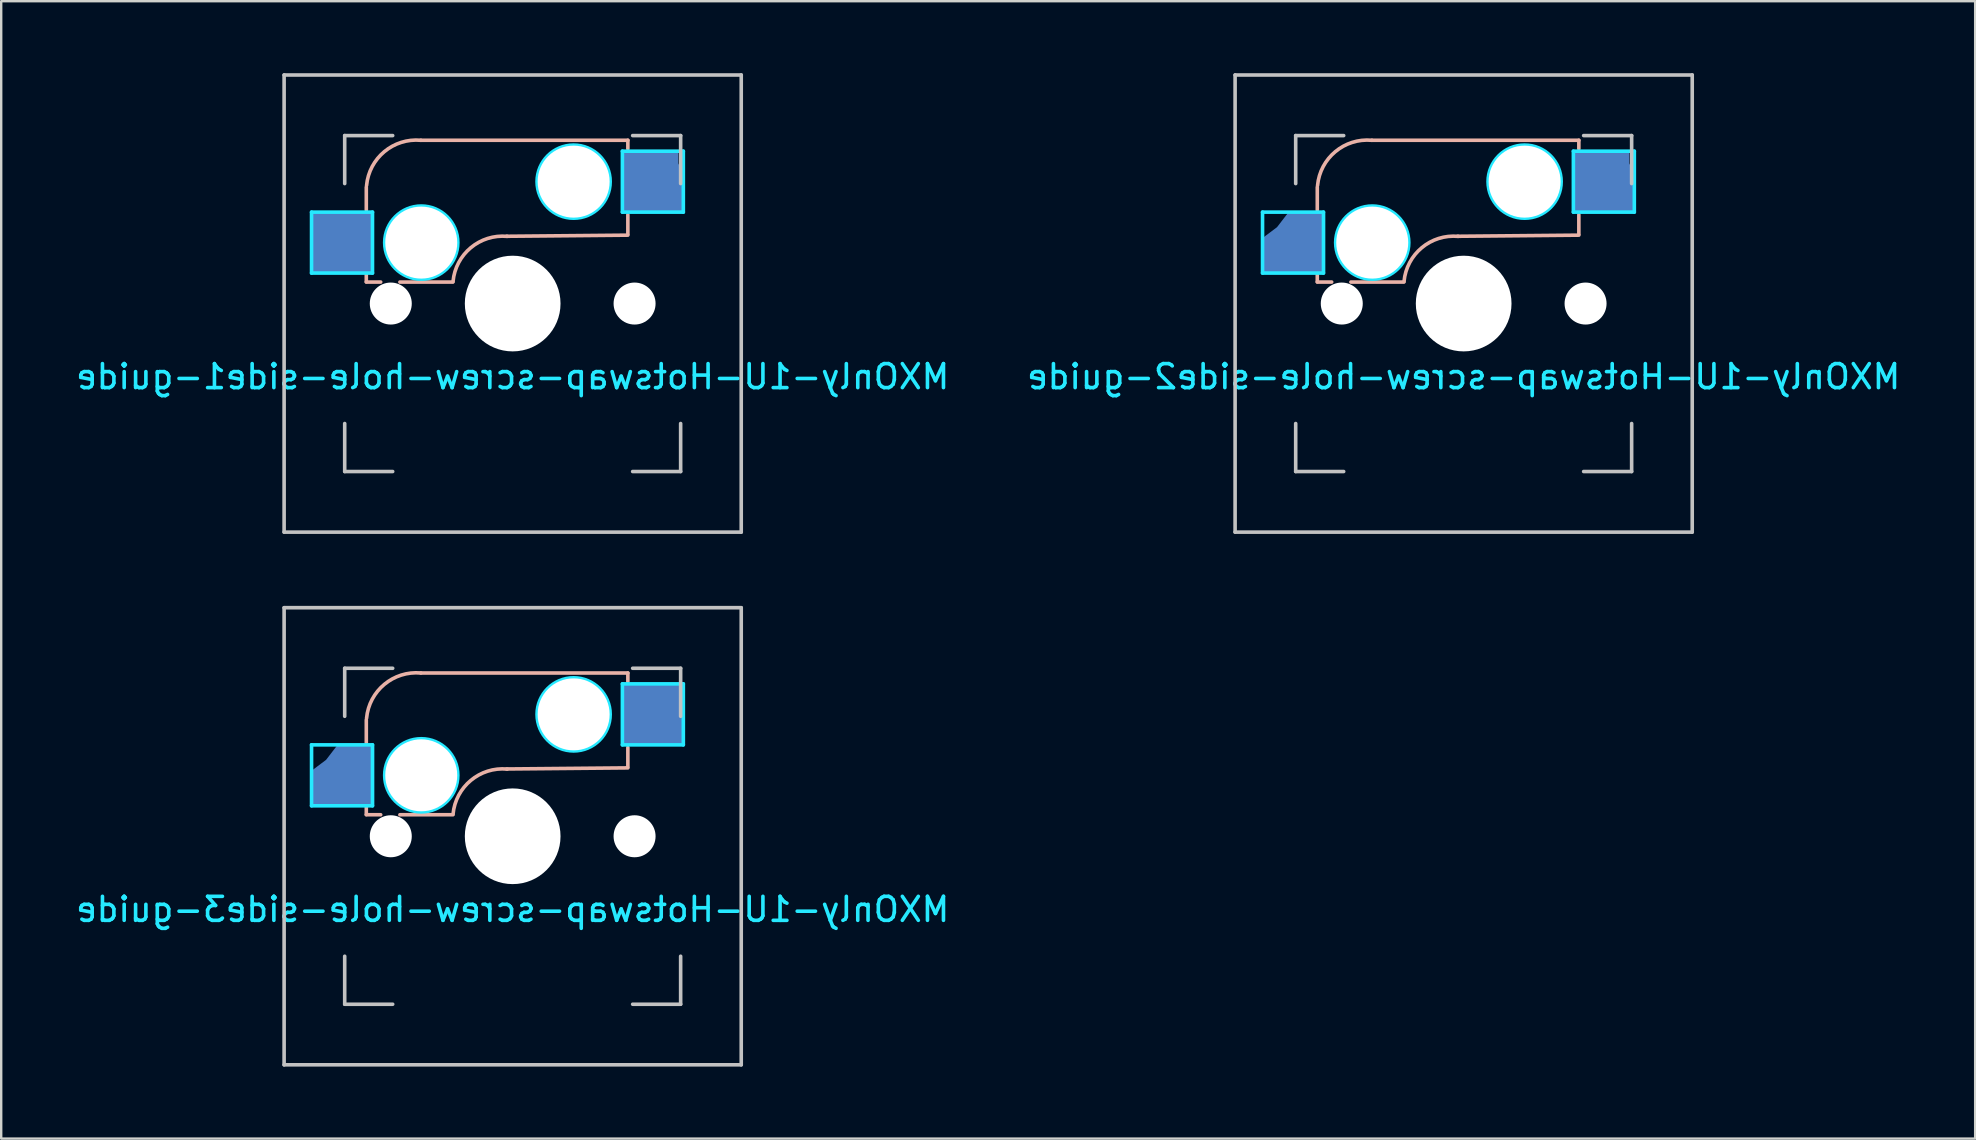
<source format=kicad_pcb>
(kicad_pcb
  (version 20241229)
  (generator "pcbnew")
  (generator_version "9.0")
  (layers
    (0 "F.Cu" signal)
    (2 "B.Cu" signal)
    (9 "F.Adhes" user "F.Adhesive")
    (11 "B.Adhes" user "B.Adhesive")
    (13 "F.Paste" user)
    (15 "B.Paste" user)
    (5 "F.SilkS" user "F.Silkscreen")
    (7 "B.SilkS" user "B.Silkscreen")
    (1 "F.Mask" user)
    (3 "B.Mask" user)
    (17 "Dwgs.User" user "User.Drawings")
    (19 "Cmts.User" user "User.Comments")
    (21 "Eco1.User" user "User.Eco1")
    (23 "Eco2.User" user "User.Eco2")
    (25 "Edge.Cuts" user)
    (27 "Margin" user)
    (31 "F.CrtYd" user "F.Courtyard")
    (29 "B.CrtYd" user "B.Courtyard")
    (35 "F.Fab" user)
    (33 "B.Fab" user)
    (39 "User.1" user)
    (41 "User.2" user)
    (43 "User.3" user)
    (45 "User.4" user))
  (footprint "MXOnly-1U-Hotswap-screw-hole-side1-guide"
    (layer "F.Cu")
    (at 18.315 9.6)
    (property "Reference" "MXOnly-1U-Hotswap-screw-hole-side1-guide" (at 0 3.048 0) (layer "B.CrtYd") (effects (font (size 1 1) (thickness 0.15)) (justify mirror)))
    (attr smd)
    (fp_line (start -6.1 -4.85) (end -6.1 -3.9) (stroke (width 0.15) (type solid)) (layer "B.SilkS"))
    (fp_line (start -6.1 -1.2) (end -6.1 -0.905) (stroke (width 0.15) (type solid)) (layer "B.SilkS"))
    (fp_line (start -6.1 -0.896) (end -5.5 -0.896) (stroke (width 0.15) (type solid)) (layer "B.SilkS"))
    (fp_line (start -4.7 -0.896) (end -2.49 -0.896) (stroke (width 0.15) (type solid)) (layer "B.SilkS"))
    (fp_line (start 4.8 -6.804) (end -3.825 -6.804) (stroke (width 0.15) (type solid)) (layer "B.SilkS"))
    (fp_line (start 4.8 -6.45) (end 4.8 -6.804) (stroke (width 0.15) (type solid)) (layer "B.SilkS"))
    (fp_line (start 4.8 -2.896) (end 4.8 -3.7) (stroke (width 0.15) (type solid)) (layer "B.SilkS"))
    (fp_line (start 4.8 -2.85) (end -0.25 -2.804) (stroke (width 0.15) (type solid)) (layer "B.SilkS"))
    (fp_arc (start -6.089 -4.92) (mid -5.347189 -6.33089) (end -3.825 -6.804) (stroke (width 0.15) (type solid)) (layer "B.SilkS"))
    (fp_arc (start -2.485 -0.92) (mid -1.744361 -2.328061) (end -0.225 -2.8) (stroke (width 0.15) (type solid)) (layer "B.SilkS"))
    (fp_line (start -9.525 -9.525) (end 9.525 -9.525) (stroke (width 0.15) (type solid)) (layer "Dwgs.User"))
    (fp_line (start -9.525 9.525) (end -9.525 -9.525) (stroke (width 0.15) (type solid)) (layer "Dwgs.User"))
    (fp_line (start -7 -7) (end -7 -5) (stroke (width 0.15) (type solid)) (layer "Dwgs.User"))
    (fp_line (start -7 5) (end -7 7) (stroke (width 0.15) (type solid)) (layer "Dwgs.User"))
    (fp_line (start -7 7) (end -5 7) (stroke (width 0.15) (type solid)) (layer "Dwgs.User"))
    (fp_line (start -5 -7) (end -7 -7) (stroke (width 0.15) (type solid)) (layer "Dwgs.User"))
    (fp_line (start 5 -7) (end 7 -7) (stroke (width 0.15) (type solid)) (layer "Dwgs.User"))
    (fp_line (start 5 7) (end 7 7) (stroke (width 0.15) (type solid)) (layer "Dwgs.User"))
    (fp_line (start 7 -7) (end 7 -5) (stroke (width 0.15) (type solid)) (layer "Dwgs.User"))
    (fp_line (start 7 7) (end 7 5) (stroke (width 0.15) (type solid)) (layer "Dwgs.User"))
    (fp_line (start 9.525 -9.525) (end 9.525 9.525) (stroke (width 0.15) (type solid)) (layer "Dwgs.User"))
    (fp_line (start 9.525 9.525) (end -9.525 9.525) (stroke (width 0.15) (type solid)) (layer "Dwgs.User"))
    (fp_line (start -8.382 -3.81) (end -8.382 -1.27) (stroke (width 0.15) (type solid)) (layer "B.CrtYd"))
    (fp_line (start -8.382 -1.27) (end -5.842 -1.27) (stroke (width 0.15) (type solid)) (layer "B.CrtYd"))
    (fp_line (start -5.842 -3.81) (end -8.382 -3.81) (stroke (width 0.15) (type solid)) (layer "B.CrtYd"))
    (fp_line (start -5.842 -1.27) (end -5.842 -3.81) (stroke (width 0.15) (type solid)) (layer "B.CrtYd"))
    (fp_line (start 4.572 -6.35) (end 7.112 -6.35) (stroke (width 0.15) (type solid)) (layer "B.CrtYd"))
    (fp_line (start 4.572 -3.81) (end 4.572 -6.35) (stroke (width 0.15) (type solid)) (layer "B.CrtYd"))
    (fp_line (start 7.112 -6.35) (end 7.112 -3.81) (stroke (width 0.15) (type solid)) (layer "B.CrtYd"))
    (fp_line (start 7.112 -3.81) (end 4.572 -3.81) (stroke (width 0.15) (type solid)) (layer "B.CrtYd"))
    (fp_circle (center -3.81 -2.54) (end -3.81 -4.064) (stroke (width 0.15) (type solid)) (fill no) (layer "B.CrtYd"))
    (fp_circle (center 2.54 -5.08) (end 2.54 -6.604) (stroke (width 0.15) (type solid)) (fill no) (layer "B.CrtYd"))
    (pad "" np_thru_hole circle (at -5.08 0 48.1) (size 1.75 1.75) (drill 1.75) (layers "*.Cu" "*.Mask"))
    (pad "" np_thru_hole circle (at -3.81 -2.54) (size 3 3) (drill 3) (layers "*.Cu" "*.Mask"))
    (pad "" np_thru_hole circle (at 0 0) (size 3.988 3.988) (drill 3.988) (layers "*.Cu" "*.Mask"))
    (pad "" np_thru_hole circle (at 2.54 -5.08) (size 3 3) (drill 3) (layers "*.Cu" "*.Mask"))
    (pad "" np_thru_hole circle (at 5.08 0 48.1) (size 1.75 1.75) (drill 1.75) (layers "*.Cu" "*.Mask"))
    (pad "1" smd rect (at -7.085 -2.54) (size 2.55 2.5) (layers "B.Cu" "B.Mask" "B.Paste"))
    (pad "2" smd custom (at 5.842 -5.08) (size 1 1) (layers "B.Cu" "B.Mask" "B.Paste") (options (anchor rect)) (primitives (gr_poly (pts (xy -1.25 -1.25) (xy 1 -1.25) (xy 1 -0.75) (xy 1.25 -0.2) (xy 1.25 1.25) (xy -1.25 1.25)) (width 0.12) (fill yes)))))
  (footprint "MXOnly-1U-Hotswap-screw-hole-side3-guide"
    (layer "F.Cu")
    (at 18.315 31.8)
    (property "Reference" "MXOnly-1U-Hotswap-screw-hole-side3-guide" (at 0 3.048 0) (layer "B.CrtYd") (effects (font (size 1 1) (thickness 0.15)) (justify mirror)))
    (attr smd)
    (fp_line (start -6.1 -4.85) (end -6.1 -3.9) (stroke (width 0.15) (type solid)) (layer "B.SilkS"))
    (fp_line (start -6.1 -1.2) (end -6.1 -0.905) (stroke (width 0.15) (type solid)) (layer "B.SilkS"))
    (fp_line (start -6.1 -0.896) (end -5.5 -0.896) (stroke (width 0.15) (type solid)) (layer "B.SilkS"))
    (fp_line (start -4.7 -0.896) (end -2.49 -0.896) (stroke (width 0.15) (type solid)) (layer "B.SilkS"))
    (fp_line (start 4.8 -6.804) (end -3.825 -6.804) (stroke (width 0.15) (type solid)) (layer "B.SilkS"))
    (fp_line (start 4.8 -6.45) (end 4.8 -6.804) (stroke (width 0.15) (type solid)) (layer "B.SilkS"))
    (fp_line (start 4.8 -2.896) (end 4.8 -3.7) (stroke (width 0.15) (type solid)) (layer "B.SilkS"))
    (fp_line (start 4.8 -2.85) (end -0.25 -2.804) (stroke (width 0.15) (type solid)) (layer "B.SilkS"))
    (fp_arc (start -6.089 -4.92) (mid -5.347189 -6.33089) (end -3.825 -6.804) (stroke (width 0.15) (type solid)) (layer "B.SilkS"))
    (fp_arc (start -2.485 -0.92) (mid -1.744361 -2.328061) (end -0.225 -2.8) (stroke (width 0.15) (type solid)) (layer "B.SilkS"))
    (fp_line (start -9.525 -9.525) (end 9.525 -9.525) (stroke (width 0.15) (type solid)) (layer "Dwgs.User"))
    (fp_line (start -9.525 9.525) (end -9.525 -9.525) (stroke (width 0.15) (type solid)) (layer "Dwgs.User"))
    (fp_line (start -7 -7) (end -7 -5) (stroke (width 0.15) (type solid)) (layer "Dwgs.User"))
    (fp_line (start -7 5) (end -7 7) (stroke (width 0.15) (type solid)) (layer "Dwgs.User"))
    (fp_line (start -7 7) (end -5 7) (stroke (width 0.15) (type solid)) (layer "Dwgs.User"))
    (fp_line (start -5 -7) (end -7 -7) (stroke (width 0.15) (type solid)) (layer "Dwgs.User"))
    (fp_line (start 5 -7) (end 7 -7) (stroke (width 0.15) (type solid)) (layer "Dwgs.User"))
    (fp_line (start 5 7) (end 7 7) (stroke (width 0.15) (type solid)) (layer "Dwgs.User"))
    (fp_line (start 7 -7) (end 7 -5) (stroke (width 0.15) (type solid)) (layer "Dwgs.User"))
    (fp_line (start 7 7) (end 7 5) (stroke (width 0.15) (type solid)) (layer "Dwgs.User"))
    (fp_line (start 9.525 -9.525) (end 9.525 9.525) (stroke (width 0.15) (type solid)) (layer "Dwgs.User"))
    (fp_line (start 9.525 9.525) (end -9.525 9.525) (stroke (width 0.15) (type solid)) (layer "Dwgs.User"))
    (fp_line (start -8.382 -3.81) (end -8.382 -1.27) (stroke (width 0.15) (type solid)) (layer "B.CrtYd"))
    (fp_line (start -8.382 -1.27) (end -5.842 -1.27) (stroke (width 0.15) (type solid)) (layer "B.CrtYd"))
    (fp_line (start -5.842 -3.81) (end -8.382 -3.81) (stroke (width 0.15) (type solid)) (layer "B.CrtYd"))
    (fp_line (start -5.842 -1.27) (end -5.842 -3.81) (stroke (width 0.15) (type solid)) (layer "B.CrtYd"))
    (fp_line (start 4.572 -6.35) (end 7.112 -6.35) (stroke (width 0.15) (type solid)) (layer "B.CrtYd"))
    (fp_line (start 4.572 -3.81) (end 4.572 -6.35) (stroke (width 0.15) (type solid)) (layer "B.CrtYd"))
    (fp_line (start 7.112 -6.35) (end 7.112 -3.81) (stroke (width 0.15) (type solid)) (layer "B.CrtYd"))
    (fp_line (start 7.112 -3.81) (end 4.572 -3.81) (stroke (width 0.15) (type solid)) (layer "B.CrtYd"))
    (fp_circle (center -3.81 -2.54) (end -3.81 -4.064) (stroke (width 0.15) (type solid)) (fill no) (layer "B.CrtYd"))
    (fp_circle (center 2.54 -5.08) (end 2.54 -6.604) (stroke (width 0.15) (type solid)) (fill no) (layer "B.CrtYd"))
    (pad "" np_thru_hole circle (at -5.08 0 48.1) (size 1.75 1.75) (drill 1.75) (layers "*.Cu" "*.Mask"))
    (pad "" np_thru_hole circle (at -3.81 -2.54) (size 3 3) (drill 3) (layers "*.Cu" "*.Mask"))
    (pad "" np_thru_hole circle (at 0 0) (size 3.988 3.988) (drill 3.988) (layers "*.Cu" "*.Mask"))
    (pad "" np_thru_hole circle (at 2.54 -5.08) (size 3 3) (drill 3) (layers "*.Cu" "*.Mask"))
    (pad "" np_thru_hole circle (at 5.08 0 48.1) (size 1.75 1.75) (drill 1.75) (layers "*.Cu" "*.Mask"))
    (pad "1" smd custom (at -7.085 -2.54) (size 1 1) (layers "B.Cu" "B.Mask" "B.Paste") (options (anchor rect)) (primitives (gr_poly (pts (xy -0.15 -1.25) (xy 1.25 -1.25) (xy 1.25 1.25) (xy -1.25 1.25) (xy -1.25 -0.15) (xy -0.65 -0.6)) (width 0.12) (fill yes))))
    (pad "2" smd rect (at 5.842 -5.08) (size 2.55 2.5) (layers "B.Cu" "B.Mask" "B.Paste")))
  (footprint "MXOnly-1U-Hotswap-screw-hole-side2-guide"
    (layer "F.Cu")
    (at 57.946 9.6)
    (property "Reference" "MXOnly-1U-Hotswap-screw-hole-side2-guide" (at 0 3.048 0) (layer "B.CrtYd") (effects (font (size 1 1) (thickness 0.15)) (justify mirror)))
    (attr smd)
    (fp_line (start -6.1 -4.85) (end -6.1 -3.9) (stroke (width 0.15) (type solid)) (layer "B.SilkS"))
    (fp_line (start -6.1 -1.2) (end -6.1 -0.905) (stroke (width 0.15) (type solid)) (layer "B.SilkS"))
    (fp_line (start -6.1 -0.896) (end -5.5 -0.896) (stroke (width 0.15) (type solid)) (layer "B.SilkS"))
    (fp_line (start -4.7 -0.896) (end -2.49 -0.896) (stroke (width 0.15) (type solid)) (layer "B.SilkS"))
    (fp_line (start 4.8 -6.804) (end -3.825 -6.804) (stroke (width 0.15) (type solid)) (layer "B.SilkS"))
    (fp_line (start 4.8 -6.45) (end 4.8 -6.804) (stroke (width 0.15) (type solid)) (layer "B.SilkS"))
    (fp_line (start 4.8 -2.896) (end 4.8 -3.7) (stroke (width 0.15) (type solid)) (layer "B.SilkS"))
    (fp_line (start 4.8 -2.85) (end -0.25 -2.804) (stroke (width 0.15) (type solid)) (layer "B.SilkS"))
    (fp_arc (start -6.089 -4.92) (mid -5.347189 -6.33089) (end -3.825 -6.804) (stroke (width 0.15) (type solid)) (layer "B.SilkS"))
    (fp_arc (start -2.485 -0.92) (mid -1.744361 -2.328061) (end -0.225 -2.8) (stroke (width 0.15) (type solid)) (layer "B.SilkS"))
    (fp_line (start -9.525 -9.525) (end 9.525 -9.525) (stroke (width 0.15) (type solid)) (layer "Dwgs.User"))
    (fp_line (start -9.525 9.525) (end -9.525 -9.525) (stroke (width 0.15) (type solid)) (layer "Dwgs.User"))
    (fp_line (start -7 -7) (end -7 -5) (stroke (width 0.15) (type solid)) (layer "Dwgs.User"))
    (fp_line (start -7 5) (end -7 7) (stroke (width 0.15) (type solid)) (layer "Dwgs.User"))
    (fp_line (start -7 7) (end -5 7) (stroke (width 0.15) (type solid)) (layer "Dwgs.User"))
    (fp_line (start -5 -7) (end -7 -7) (stroke (width 0.15) (type solid)) (layer "Dwgs.User"))
    (fp_line (start 5 -7) (end 7 -7) (stroke (width 0.15) (type solid)) (layer "Dwgs.User"))
    (fp_line (start 5 7) (end 7 7) (stroke (width 0.15) (type solid)) (layer "Dwgs.User"))
    (fp_line (start 7 -7) (end 7 -5) (stroke (width 0.15) (type solid)) (layer "Dwgs.User"))
    (fp_line (start 7 7) (end 7 5) (stroke (width 0.15) (type solid)) (layer "Dwgs.User"))
    (fp_line (start 9.525 -9.525) (end 9.525 9.525) (stroke (width 0.15) (type solid)) (layer "Dwgs.User"))
    (fp_line (start 9.525 9.525) (end -9.525 9.525) (stroke (width 0.15) (type solid)) (layer "Dwgs.User"))
    (fp_line (start -8.382 -3.81) (end -8.382 -1.27) (stroke (width 0.15) (type solid)) (layer "B.CrtYd"))
    (fp_line (start -8.382 -1.27) (end -5.842 -1.27) (stroke (width 0.15) (type solid)) (layer "B.CrtYd"))
    (fp_line (start -5.842 -3.81) (end -8.382 -3.81) (stroke (width 0.15) (type solid)) (layer "B.CrtYd"))
    (fp_line (start -5.842 -1.27) (end -5.842 -3.81) (stroke (width 0.15) (type solid)) (layer "B.CrtYd"))
    (fp_line (start 4.572 -6.35) (end 7.112 -6.35) (stroke (width 0.15) (type solid)) (layer "B.CrtYd"))
    (fp_line (start 4.572 -3.81) (end 4.572 -6.35) (stroke (width 0.15) (type solid)) (layer "B.CrtYd"))
    (fp_line (start 7.112 -6.35) (end 7.112 -3.81) (stroke (width 0.15) (type solid)) (layer "B.CrtYd"))
    (fp_line (start 7.112 -3.81) (end 4.572 -3.81) (stroke (width 0.15) (type solid)) (layer "B.CrtYd"))
    (fp_circle (center -3.81 -2.54) (end -3.81 -4.064) (stroke (width 0.15) (type solid)) (fill no) (layer "B.CrtYd"))
    (fp_circle (center 2.54 -5.08) (end 2.54 -6.604) (stroke (width 0.15) (type solid)) (fill no) (layer "B.CrtYd"))
    (pad "" np_thru_hole circle (at -5.08 0 48.1) (size 1.75 1.75) (drill 1.75) (layers "*.Cu" "*.Mask"))
    (pad "" np_thru_hole circle (at -3.81 -2.54) (size 3 3) (drill 3) (layers "*.Cu" "*.Mask"))
    (pad "" np_thru_hole circle (at 0 0) (size 3.988 3.988) (drill 3.988) (layers "*.Cu" "*.Mask"))
    (pad "" np_thru_hole circle (at 2.54 -5.08) (size 3 3) (drill 3) (layers "*.Cu" "*.Mask"))
    (pad "" np_thru_hole circle (at 5.08 0 48.1) (size 1.75 1.75) (drill 1.75) (layers "*.Cu" "*.Mask"))
    (pad "1" smd custom (at -7.085 -2.54) (size 1 1) (layers "B.Cu" "B.Mask" "B.Paste") (options (anchor rect)) (primitives (gr_poly (pts (xy -0.15 -1.25) (xy 1.25 -1.25) (xy 1.25 1.25) (xy -1.25 1.25) (xy -1.25 -0.15) (xy -0.65 -0.6)) (width 0.12) (fill yes))))
    (pad "2" smd custom (at 5.842 -5.08) (size 1 1) (layers "B.Cu" "B.Mask" "B.Paste") (options (anchor rect)) (primitives (gr_poly (pts (xy -1.25 -1.25) (xy 1 -1.25) (xy 1 -0.75) (xy 1.25 -0.2) (xy 1.25 1.25) (xy -1.25 1.25)) (width 0.12) (fill yes)))))
  (gr_rect
    (start -3 -3)
    (end 79.262 44.4)
    (stroke (width 0.1) (type default))
    (fill no)
    (layer "Edge.Cuts")))
</source>
